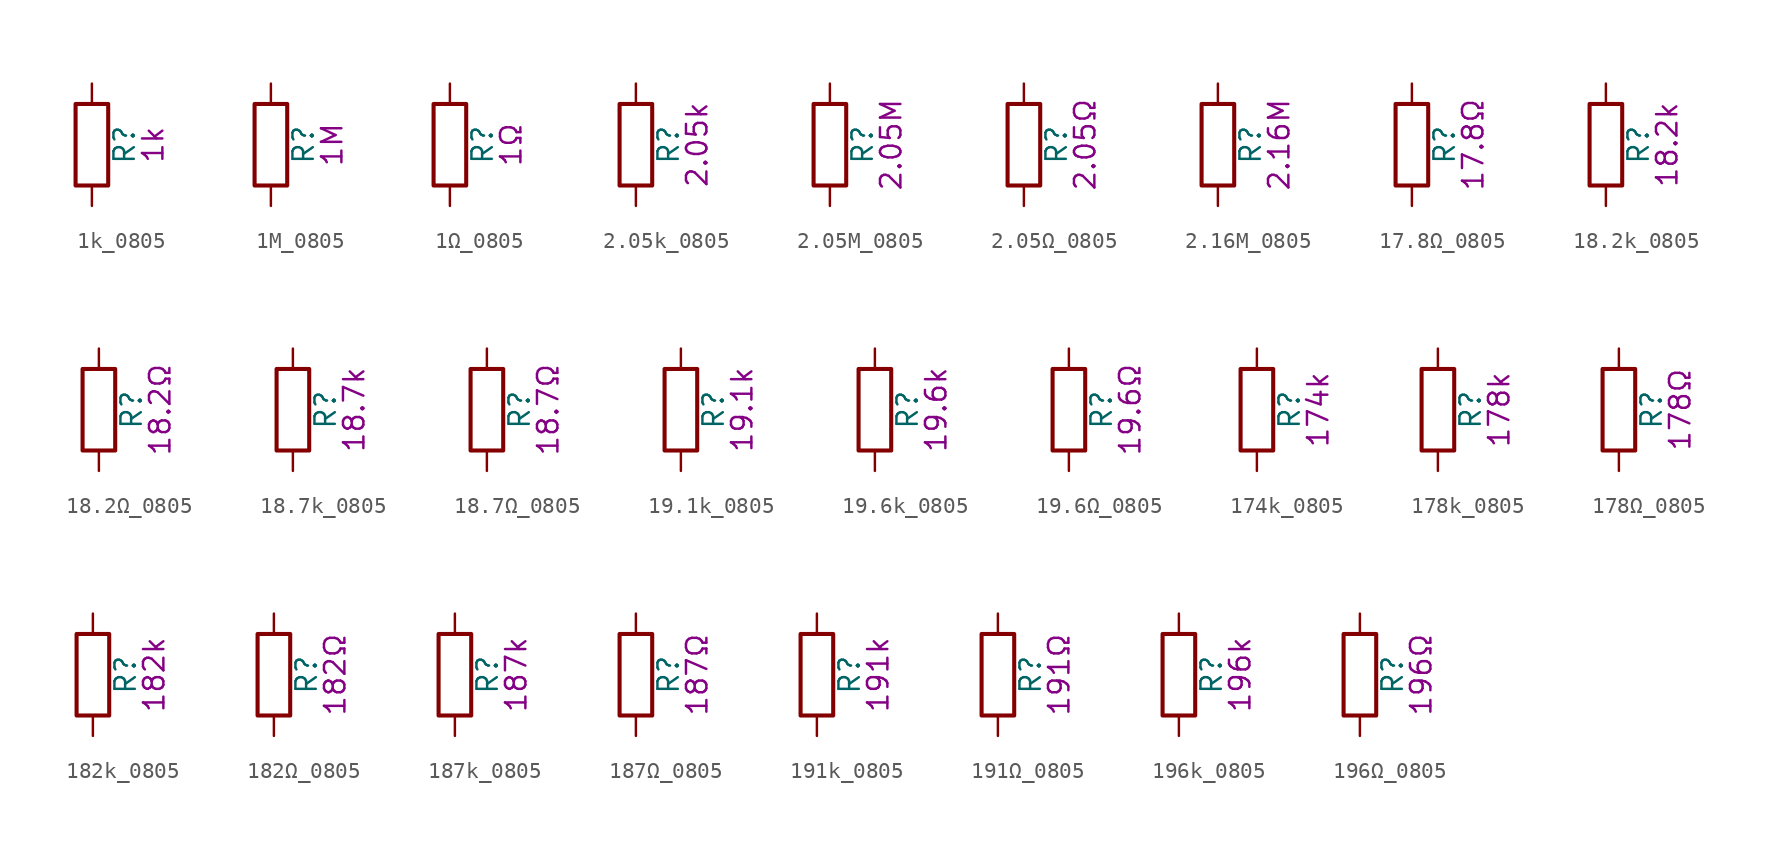
<source format=kicad_sym>
(kicad_symbol_lib
  (version 20211014)
  (generator kicad_symbol_editor)
  (symbol "1k_0805"
    (pin_numbers hide)
    (pin_names
      (offset 0))
    (property "Reference" "R"
      (at 2.032 0 90)
      (effects (font (size 1.27 1.27))))
    (property "Display" "1k"
      (at 3.81 0 90)
      (effects (font (size 1.27 1.27))))
    (symbol "1k_0805_0_1"
      (rectangle (start -1.016 -2.54) (end 1.016 2.54) (stroke (width 0.254) (type default) (color 0 0 0 0)) (fill (type none))))
    (symbol "1k_0805_1_1"
      (pin passive line (at 0 3.81 270) (length 1.27) (name "~" (effects (font (size 1.27 1.27)))) (number "1" (effects (font (size 1.27 1.27)))))
      (pin passive line (at 0 -3.81 90) (length 1.27) (name "~" (effects (font (size 1.27 1.27)))) (number "2" (effects (font (size 1.27 1.27)))))))
  (symbol "1M_0805"
    (pin_numbers hide)
    (pin_names
      (offset 0))
    (property "Reference" "R"
      (at 2.032 0 90)
      (effects (font (size 1.27 1.27))))
    (property "Display" "1M"
      (at 3.81 0 90)
      (effects (font (size 1.27 1.27))))
    (symbol "1M_0805_0_1"
      (rectangle (start -1.016 -2.54) (end 1.016 2.54) (stroke (width 0.254) (type default) (color 0 0 0 0)) (fill (type none))))
    (symbol "1M_0805_1_1"
      (pin passive line (at 0 3.81 270) (length 1.27) (name "~" (effects (font (size 1.27 1.27)))) (number "1" (effects (font (size 1.27 1.27)))))
      (pin passive line (at 0 -3.81 90) (length 1.27) (name "~" (effects (font (size 1.27 1.27)))) (number "2" (effects (font (size 1.27 1.27)))))))
  (symbol "1Ω_0805"
    (pin_numbers hide)
    (pin_names
      (offset 0))
    (property "Reference" "R"
      (at 2.032 0 90)
      (effects (font (size 1.27 1.27))))
    (property "Display" "1Ω"
      (at 3.81 0 90)
      (effects (font (size 1.27 1.27))))
    (symbol "1Ω_0805_0_1"
      (rectangle (start -1.016 -2.54) (end 1.016 2.54) (stroke (width 0.254) (type default) (color 0 0 0 0)) (fill (type none))))
    (symbol "1Ω_0805_1_1"
      (pin passive line (at 0 3.81 270) (length 1.27) (name "~" (effects (font (size 1.27 1.27)))) (number "1" (effects (font (size 1.27 1.27)))))
      (pin passive line (at 0 -3.81 90) (length 1.27) (name "~" (effects (font (size 1.27 1.27)))) (number "2" (effects (font (size 1.27 1.27)))))))
  (symbol "2.05k_0805"
    (pin_numbers hide)
    (pin_names
      (offset 0))
    (property "Reference" "R"
      (at 2.032 0 90)
      (effects (font (size 1.27 1.27))))
    (property "Display" "2.05k"
      (at 3.81 0 90)
      (effects (font (size 1.27 1.27))))
    (symbol "2.05k_0805_0_1"
      (rectangle (start -1.016 -2.54) (end 1.016 2.54) (stroke (width 0.254) (type default) (color 0 0 0 0)) (fill (type none))))
    (symbol "2.05k_0805_1_1"
      (pin passive line (at 0 3.81 270) (length 1.27) (name "~" (effects (font (size 1.27 1.27)))) (number "1" (effects (font (size 1.27 1.27)))))
      (pin passive line (at 0 -3.81 90) (length 1.27) (name "~" (effects (font (size 1.27 1.27)))) (number "2" (effects (font (size 1.27 1.27)))))))
  (symbol "2.05M_0805"
    (pin_numbers hide)
    (pin_names
      (offset 0))
    (property "Reference" "R"
      (at 2.032 0 90)
      (effects (font (size 1.27 1.27))))
    (property "Display" "2.05M"
      (at 3.81 0 90)
      (effects (font (size 1.27 1.27))))
    (symbol "2.05M_0805_0_1"
      (rectangle (start -1.016 -2.54) (end 1.016 2.54) (stroke (width 0.254) (type default) (color 0 0 0 0)) (fill (type none))))
    (symbol "2.05M_0805_1_1"
      (pin passive line (at 0 3.81 270) (length 1.27) (name "~" (effects (font (size 1.27 1.27)))) (number "1" (effects (font (size 1.27 1.27)))))
      (pin passive line (at 0 -3.81 90) (length 1.27) (name "~" (effects (font (size 1.27 1.27)))) (number "2" (effects (font (size 1.27 1.27)))))))
  (symbol "2.05Ω_0805"
    (pin_numbers hide)
    (pin_names
      (offset 0))
    (property "Reference" "R"
      (at 2.032 0 90)
      (effects (font (size 1.27 1.27))))
    (property "Display" "2.05Ω"
      (at 3.81 0 90)
      (effects (font (size 1.27 1.27))))
    (symbol "2.05Ω_0805_0_1"
      (rectangle (start -1.016 -2.54) (end 1.016 2.54) (stroke (width 0.254) (type default) (color 0 0 0 0)) (fill (type none))))
    (symbol "2.05Ω_0805_1_1"
      (pin passive line (at 0 3.81 270) (length 1.27) (name "~" (effects (font (size 1.27 1.27)))) (number "1" (effects (font (size 1.27 1.27)))))
      (pin passive line (at 0 -3.81 90) (length 1.27) (name "~" (effects (font (size 1.27 1.27)))) (number "2" (effects (font (size 1.27 1.27)))))))
  (symbol "2.16M_0805"
    (pin_numbers hide)
    (pin_names
      (offset 0))
    (property "Reference" "R"
      (at 2.032 0 90)
      (effects (font (size 1.27 1.27))))
    (property "Display" "2.16M"
      (at 3.81 0 90)
      (effects (font (size 1.27 1.27))))
    (symbol "2.16M_0805_0_1"
      (rectangle (start -1.016 -2.54) (end 1.016 2.54) (stroke (width 0.254) (type default) (color 0 0 0 0)) (fill (type none))))
    (symbol "2.16M_0805_1_1"
      (pin passive line (at 0 3.81 270) (length 1.27) (name "~" (effects (font (size 1.27 1.27)))) (number "1" (effects (font (size 1.27 1.27)))))
      (pin passive line (at 0 -3.81 90) (length 1.27) (name "~" (effects (font (size 1.27 1.27)))) (number "2" (effects (font (size 1.27 1.27)))))))
  (symbol "17.8Ω_0805"
    (pin_numbers hide)
    (pin_names
      (offset 0))
    (property "Reference" "R"
      (at 2.032 0 90)
      (effects (font (size 1.27 1.27))))
    (property "Display" "17.8Ω"
      (at 3.81 0 90)
      (effects (font (size 1.27 1.27))))
    (symbol "17.8Ω_0805_0_1"
      (rectangle (start -1.016 -2.54) (end 1.016 2.54) (stroke (width 0.254) (type default) (color 0 0 0 0)) (fill (type none))))
    (symbol "17.8Ω_0805_1_1"
      (pin passive line (at 0 3.81 270) (length 1.27) (name "~" (effects (font (size 1.27 1.27)))) (number "1" (effects (font (size 1.27 1.27)))))
      (pin passive line (at 0 -3.81 90) (length 1.27) (name "~" (effects (font (size 1.27 1.27)))) (number "2" (effects (font (size 1.27 1.27)))))))
  (symbol "18.2k_0805"
    (pin_numbers hide)
    (pin_names
      (offset 0))
    (property "Reference" "R"
      (at 2.032 0 90)
      (effects (font (size 1.27 1.27))))
    (property "Display" "18.2k"
      (at 3.81 0 90)
      (effects (font (size 1.27 1.27))))
    (symbol "18.2k_0805_0_1"
      (rectangle (start -1.016 -2.54) (end 1.016 2.54) (stroke (width 0.254) (type default) (color 0 0 0 0)) (fill (type none))))
    (symbol "18.2k_0805_1_1"
      (pin passive line (at 0 3.81 270) (length 1.27) (name "~" (effects (font (size 1.27 1.27)))) (number "1" (effects (font (size 1.27 1.27)))))
      (pin passive line (at 0 -3.81 90) (length 1.27) (name "~" (effects (font (size 1.27 1.27)))) (number "2" (effects (font (size 1.27 1.27)))))))
  (symbol "18.2Ω_0805"
    (pin_numbers hide)
    (pin_names
      (offset 0))
    (property "Reference" "R"
      (at 2.032 0 90)
      (effects (font (size 1.27 1.27))))
    (property "Display" "18.2Ω"
      (at 3.81 0 90)
      (effects (font (size 1.27 1.27))))
    (symbol "18.2Ω_0805_0_1"
      (rectangle (start -1.016 -2.54) (end 1.016 2.54) (stroke (width 0.254) (type default) (color 0 0 0 0)) (fill (type none))))
    (symbol "18.2Ω_0805_1_1"
      (pin passive line (at 0 3.81 270) (length 1.27) (name "~" (effects (font (size 1.27 1.27)))) (number "1" (effects (font (size 1.27 1.27)))))
      (pin passive line (at 0 -3.81 90) (length 1.27) (name "~" (effects (font (size 1.27 1.27)))) (number "2" (effects (font (size 1.27 1.27)))))))
  (symbol "18.7k_0805"
    (pin_numbers hide)
    (pin_names
      (offset 0))
    (property "Reference" "R"
      (at 2.032 0 90)
      (effects (font (size 1.27 1.27))))
    (property "Display" "18.7k"
      (at 3.81 0 90)
      (effects (font (size 1.27 1.27))))
    (symbol "18.7k_0805_0_1"
      (rectangle (start -1.016 -2.54) (end 1.016 2.54) (stroke (width 0.254) (type default) (color 0 0 0 0)) (fill (type none))))
    (symbol "18.7k_0805_1_1"
      (pin passive line (at 0 3.81 270) (length 1.27) (name "~" (effects (font (size 1.27 1.27)))) (number "1" (effects (font (size 1.27 1.27)))))
      (pin passive line (at 0 -3.81 90) (length 1.27) (name "~" (effects (font (size 1.27 1.27)))) (number "2" (effects (font (size 1.27 1.27)))))))
  (symbol "18.7Ω_0805"
    (pin_numbers hide)
    (pin_names
      (offset 0))
    (property "Reference" "R"
      (at 2.032 0 90)
      (effects (font (size 1.27 1.27))))
    (property "Display" "18.7Ω"
      (at 3.81 0 90)
      (effects (font (size 1.27 1.27))))
    (symbol "18.7Ω_0805_0_1"
      (rectangle (start -1.016 -2.54) (end 1.016 2.54) (stroke (width 0.254) (type default) (color 0 0 0 0)) (fill (type none))))
    (symbol "18.7Ω_0805_1_1"
      (pin passive line (at 0 3.81 270) (length 1.27) (name "~" (effects (font (size 1.27 1.27)))) (number "1" (effects (font (size 1.27 1.27)))))
      (pin passive line (at 0 -3.81 90) (length 1.27) (name "~" (effects (font (size 1.27 1.27)))) (number "2" (effects (font (size 1.27 1.27)))))))
  (symbol "19.1k_0805"
    (pin_numbers hide)
    (pin_names
      (offset 0))
    (property "Reference" "R"
      (at 2.032 0 90)
      (effects (font (size 1.27 1.27))))
    (property "Display" "19.1k"
      (at 3.81 0 90)
      (effects (font (size 1.27 1.27))))
    (symbol "19.1k_0805_0_1"
      (rectangle (start -1.016 -2.54) (end 1.016 2.54) (stroke (width 0.254) (type default) (color 0 0 0 0)) (fill (type none))))
    (symbol "19.1k_0805_1_1"
      (pin passive line (at 0 3.81 270) (length 1.27) (name "~" (effects (font (size 1.27 1.27)))) (number "1" (effects (font (size 1.27 1.27)))))
      (pin passive line (at 0 -3.81 90) (length 1.27) (name "~" (effects (font (size 1.27 1.27)))) (number "2" (effects (font (size 1.27 1.27)))))))
  (symbol "19.6k_0805"
    (pin_numbers hide)
    (pin_names
      (offset 0))
    (property "Reference" "R"
      (at 2.032 0 90)
      (effects (font (size 1.27 1.27))))
    (property "Display" "19.6k"
      (at 3.81 0 90)
      (effects (font (size 1.27 1.27))))
    (symbol "19.6k_0805_0_1"
      (rectangle (start -1.016 -2.54) (end 1.016 2.54) (stroke (width 0.254) (type default) (color 0 0 0 0)) (fill (type none))))
    (symbol "19.6k_0805_1_1"
      (pin passive line (at 0 3.81 270) (length 1.27) (name "~" (effects (font (size 1.27 1.27)))) (number "1" (effects (font (size 1.27 1.27)))))
      (pin passive line (at 0 -3.81 90) (length 1.27) (name "~" (effects (font (size 1.27 1.27)))) (number "2" (effects (font (size 1.27 1.27)))))))
  (symbol "19.6Ω_0805"
    (pin_numbers hide)
    (pin_names
      (offset 0))
    (property "Reference" "R"
      (at 2.032 0 90)
      (effects (font (size 1.27 1.27))))
    (property "Display" "19.6Ω"
      (at 3.81 0 90)
      (effects (font (size 1.27 1.27))))
    (symbol "19.6Ω_0805_0_1"
      (rectangle (start -1.016 -2.54) (end 1.016 2.54) (stroke (width 0.254) (type default) (color 0 0 0 0)) (fill (type none))))
    (symbol "19.6Ω_0805_1_1"
      (pin passive line (at 0 3.81 270) (length 1.27) (name "~" (effects (font (size 1.27 1.27)))) (number "1" (effects (font (size 1.27 1.27)))))
      (pin passive line (at 0 -3.81 90) (length 1.27) (name "~" (effects (font (size 1.27 1.27)))) (number "2" (effects (font (size 1.27 1.27)))))))
  (symbol "174k_0805"
    (pin_numbers hide)
    (pin_names
      (offset 0))
    (property "Reference" "R"
      (at 2.032 0 90)
      (effects (font (size 1.27 1.27))))
    (property "Display" "174k"
      (at 3.81 0 90)
      (effects (font (size 1.27 1.27))))
    (symbol "174k_0805_0_1"
      (rectangle (start -1.016 -2.54) (end 1.016 2.54) (stroke (width 0.254) (type default) (color 0 0 0 0)) (fill (type none))))
    (symbol "174k_0805_1_1"
      (pin passive line (at 0 3.81 270) (length 1.27) (name "~" (effects (font (size 1.27 1.27)))) (number "1" (effects (font (size 1.27 1.27)))))
      (pin passive line (at 0 -3.81 90) (length 1.27) (name "~" (effects (font (size 1.27 1.27)))) (number "2" (effects (font (size 1.27 1.27)))))))
  (symbol "178k_0805"
    (pin_numbers hide)
    (pin_names
      (offset 0))
    (property "Reference" "R"
      (at 2.032 0 90)
      (effects (font (size 1.27 1.27))))
    (property "Display" "178k"
      (at 3.81 0 90)
      (effects (font (size 1.27 1.27))))
    (symbol "178k_0805_0_1"
      (rectangle (start -1.016 -2.54) (end 1.016 2.54) (stroke (width 0.254) (type default) (color 0 0 0 0)) (fill (type none))))
    (symbol "178k_0805_1_1"
      (pin passive line (at 0 3.81 270) (length 1.27) (name "~" (effects (font (size 1.27 1.27)))) (number "1" (effects (font (size 1.27 1.27)))))
      (pin passive line (at 0 -3.81 90) (length 1.27) (name "~" (effects (font (size 1.27 1.27)))) (number "2" (effects (font (size 1.27 1.27)))))))
  (symbol "178Ω_0805"
    (pin_numbers hide)
    (pin_names
      (offset 0))
    (property "Reference" "R"
      (at 2.032 0 90)
      (effects (font (size 1.27 1.27))))
    (property "Display" "178Ω"
      (at 3.81 0 90)
      (effects (font (size 1.27 1.27))))
    (symbol "178Ω_0805_0_1"
      (rectangle (start -1.016 -2.54) (end 1.016 2.54) (stroke (width 0.254) (type default) (color 0 0 0 0)) (fill (type none))))
    (symbol "178Ω_0805_1_1"
      (pin passive line (at 0 3.81 270) (length 1.27) (name "~" (effects (font (size 1.27 1.27)))) (number "1" (effects (font (size 1.27 1.27)))))
      (pin passive line (at 0 -3.81 90) (length 1.27) (name "~" (effects (font (size 1.27 1.27)))) (number "2" (effects (font (size 1.27 1.27)))))))
  (symbol "182k_0805"
    (pin_numbers hide)
    (pin_names
      (offset 0))
    (property "Reference" "R"
      (at 2.032 0 90)
      (effects (font (size 1.27 1.27))))
    (property "Display" "182k"
      (at 3.81 0 90)
      (effects (font (size 1.27 1.27))))
    (symbol "182k_0805_0_1"
      (rectangle (start -1.016 -2.54) (end 1.016 2.54) (stroke (width 0.254) (type default) (color 0 0 0 0)) (fill (type none))))
    (symbol "182k_0805_1_1"
      (pin passive line (at 0 3.81 270) (length 1.27) (name "~" (effects (font (size 1.27 1.27)))) (number "1" (effects (font (size 1.27 1.27)))))
      (pin passive line (at 0 -3.81 90) (length 1.27) (name "~" (effects (font (size 1.27 1.27)))) (number "2" (effects (font (size 1.27 1.27)))))))
  (symbol "182Ω_0805"
    (pin_numbers hide)
    (pin_names
      (offset 0))
    (property "Reference" "R"
      (at 2.032 0 90)
      (effects (font (size 1.27 1.27))))
    (property "Display" "182Ω"
      (at 3.81 0 90)
      (effects (font (size 1.27 1.27))))
    (symbol "182Ω_0805_0_1"
      (rectangle (start -1.016 -2.54) (end 1.016 2.54) (stroke (width 0.254) (type default) (color 0 0 0 0)) (fill (type none))))
    (symbol "182Ω_0805_1_1"
      (pin passive line (at 0 3.81 270) (length 1.27) (name "~" (effects (font (size 1.27 1.27)))) (number "1" (effects (font (size 1.27 1.27)))))
      (pin passive line (at 0 -3.81 90) (length 1.27) (name "~" (effects (font (size 1.27 1.27)))) (number "2" (effects (font (size 1.27 1.27)))))))
  (symbol "187k_0805"
    (pin_numbers hide)
    (pin_names
      (offset 0))
    (property "Reference" "R"
      (at 2.032 0 90)
      (effects (font (size 1.27 1.27))))
    (property "Display" "187k"
      (at 3.81 0 90)
      (effects (font (size 1.27 1.27))))
    (symbol "187k_0805_0_1"
      (rectangle (start -1.016 -2.54) (end 1.016 2.54) (stroke (width 0.254) (type default) (color 0 0 0 0)) (fill (type none))))
    (symbol "187k_0805_1_1"
      (pin passive line (at 0 3.81 270) (length 1.27) (name "~" (effects (font (size 1.27 1.27)))) (number "1" (effects (font (size 1.27 1.27)))))
      (pin passive line (at 0 -3.81 90) (length 1.27) (name "~" (effects (font (size 1.27 1.27)))) (number "2" (effects (font (size 1.27 1.27)))))))
  (symbol "187Ω_0805"
    (pin_numbers hide)
    (pin_names
      (offset 0))
    (property "Reference" "R"
      (at 2.032 0 90)
      (effects (font (size 1.27 1.27))))
    (property "Display" "187Ω"
      (at 3.81 0 90)
      (effects (font (size 1.27 1.27))))
    (symbol "187Ω_0805_0_1"
      (rectangle (start -1.016 -2.54) (end 1.016 2.54) (stroke (width 0.254) (type default) (color 0 0 0 0)) (fill (type none))))
    (symbol "187Ω_0805_1_1"
      (pin passive line (at 0 3.81 270) (length 1.27) (name "~" (effects (font (size 1.27 1.27)))) (number "1" (effects (font (size 1.27 1.27)))))
      (pin passive line (at 0 -3.81 90) (length 1.27) (name "~" (effects (font (size 1.27 1.27)))) (number "2" (effects (font (size 1.27 1.27)))))))
  (symbol "191k_0805"
    (pin_numbers hide)
    (pin_names
      (offset 0))
    (property "Reference" "R"
      (at 2.032 0 90)
      (effects (font (size 1.27 1.27))))
    (property "Display" "191k"
      (at 3.81 0 90)
      (effects (font (size 1.27 1.27))))
    (symbol "191k_0805_0_1"
      (rectangle (start -1.016 -2.54) (end 1.016 2.54) (stroke (width 0.254) (type default) (color 0 0 0 0)) (fill (type none))))
    (symbol "191k_0805_1_1"
      (pin passive line (at 0 3.81 270) (length 1.27) (name "~" (effects (font (size 1.27 1.27)))) (number "1" (effects (font (size 1.27 1.27)))))
      (pin passive line (at 0 -3.81 90) (length 1.27) (name "~" (effects (font (size 1.27 1.27)))) (number "2" (effects (font (size 1.27 1.27)))))))
  (symbol "191Ω_0805"
    (pin_numbers hide)
    (pin_names
      (offset 0))
    (property "Reference" "R"
      (at 2.032 0 90)
      (effects (font (size 1.27 1.27))))
    (property "Display" "191Ω"
      (at 3.81 0 90)
      (effects (font (size 1.27 1.27))))
    (symbol "191Ω_0805_0_1"
      (rectangle (start -1.016 -2.54) (end 1.016 2.54) (stroke (width 0.254) (type default) (color 0 0 0 0)) (fill (type none))))
    (symbol "191Ω_0805_1_1"
      (pin passive line (at 0 3.81 270) (length 1.27) (name "~" (effects (font (size 1.27 1.27)))) (number "1" (effects (font (size 1.27 1.27)))))
      (pin passive line (at 0 -3.81 90) (length 1.27) (name "~" (effects (font (size 1.27 1.27)))) (number "2" (effects (font (size 1.27 1.27)))))))
  (symbol "196k_0805"
    (pin_numbers hide)
    (pin_names
      (offset 0))
    (property "Reference" "R"
      (at 2.032 0 90)
      (effects (font (size 1.27 1.27))))
    (property "Display" "196k"
      (at 3.81 0 90)
      (effects (font (size 1.27 1.27))))
    (symbol "196k_0805_0_1"
      (rectangle (start -1.016 -2.54) (end 1.016 2.54) (stroke (width 0.254) (type default) (color 0 0 0 0)) (fill (type none))))
    (symbol "196k_0805_1_1"
      (pin passive line (at 0 3.81 270) (length 1.27) (name "~" (effects (font (size 1.27 1.27)))) (number "1" (effects (font (size 1.27 1.27)))))
      (pin passive line (at 0 -3.81 90) (length 1.27) (name "~" (effects (font (size 1.27 1.27)))) (number "2" (effects (font (size 1.27 1.27)))))))
  (symbol "196Ω_0805"
    (pin_numbers hide)
    (pin_names
      (offset 0))
    (property "Reference" "R"
      (at 2.032 0 90)
      (effects (font (size 1.27 1.27))))
    (property "Display" "196Ω"
      (at 3.81 0 90)
      (effects (font (size 1.27 1.27))))
    (symbol "196Ω_0805_0_1"
      (rectangle (start -1.016 -2.54) (end 1.016 2.54) (stroke (width 0.254) (type default) (color 0 0 0 0)) (fill (type none))))
    (symbol "196Ω_0805_1_1"
      (pin passive line (at 0 3.81 270) (length 1.27) (name "~" (effects (font (size 1.27 1.27)))) (number "1" (effects (font (size 1.27 1.27)))))
      (pin passive line (at 0 -3.81 90) (length 1.27) (name "~" (effects (font (size 1.27 1.27)))) (number "2" (effects (font (size 1.27 1.27))))))))
</source>
